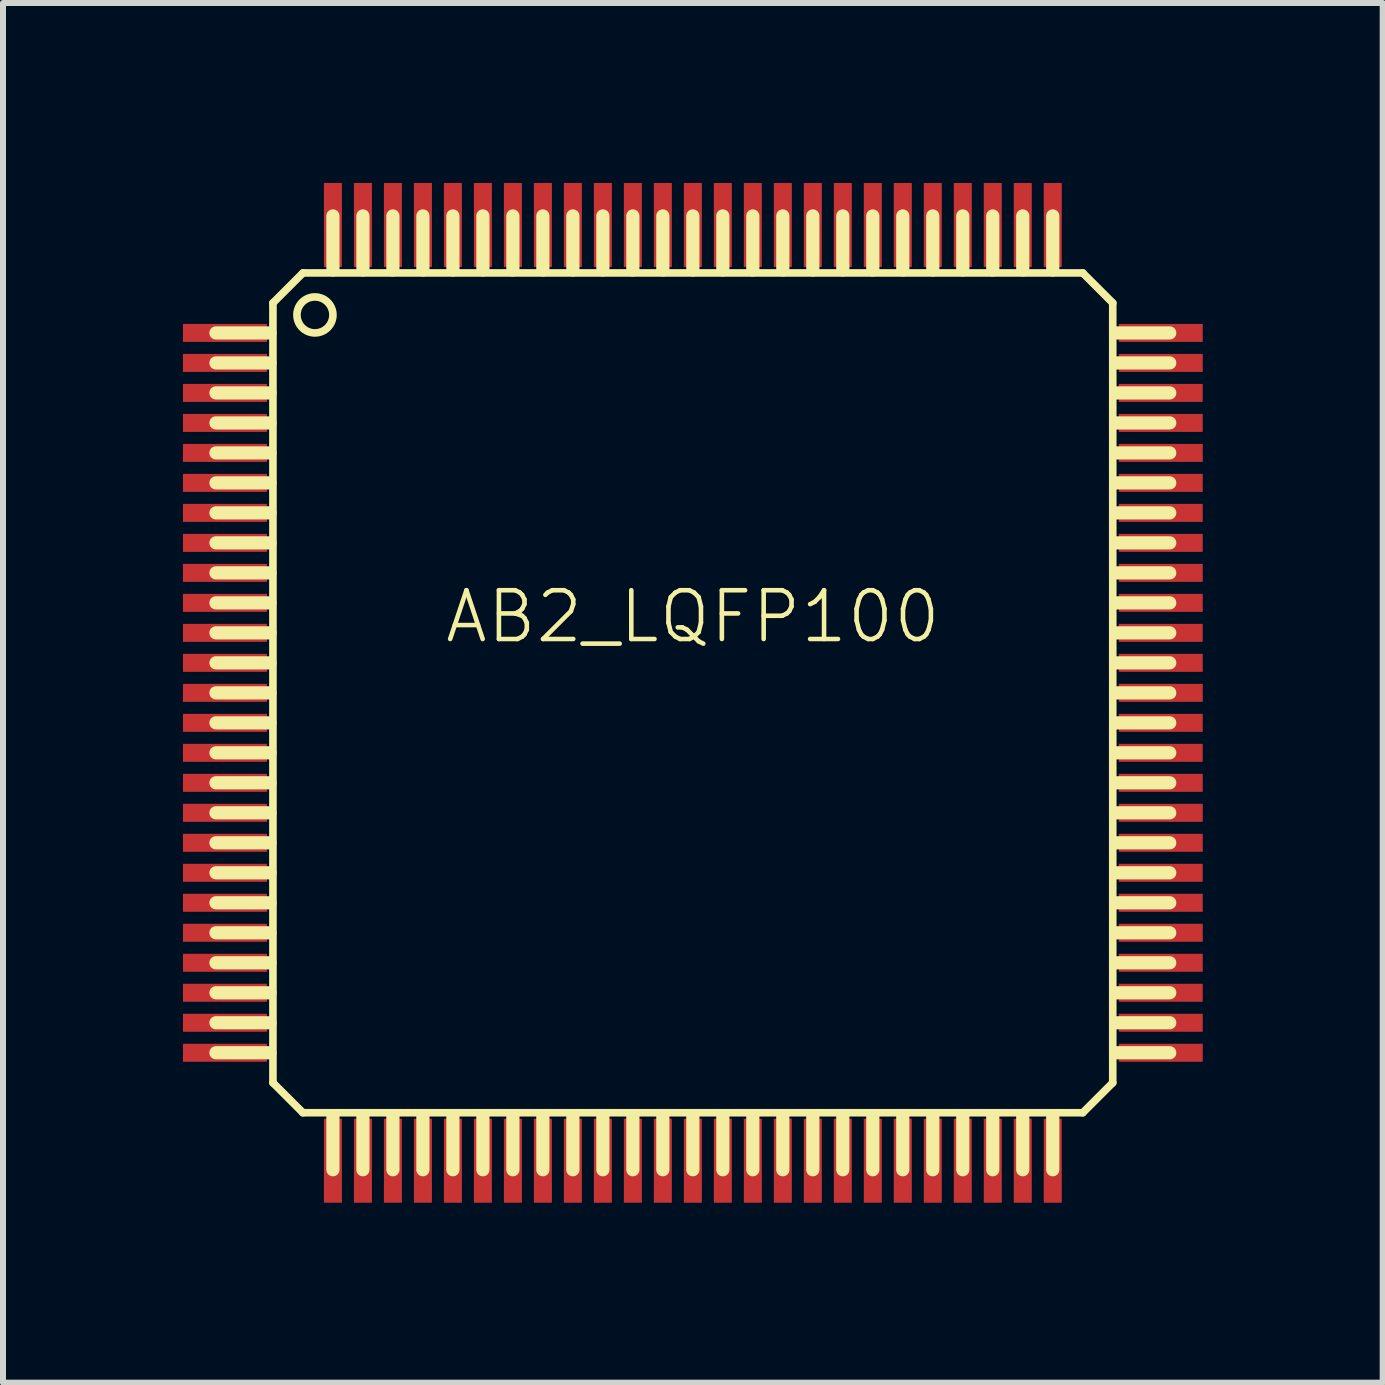
<source format=kicad_pcb>
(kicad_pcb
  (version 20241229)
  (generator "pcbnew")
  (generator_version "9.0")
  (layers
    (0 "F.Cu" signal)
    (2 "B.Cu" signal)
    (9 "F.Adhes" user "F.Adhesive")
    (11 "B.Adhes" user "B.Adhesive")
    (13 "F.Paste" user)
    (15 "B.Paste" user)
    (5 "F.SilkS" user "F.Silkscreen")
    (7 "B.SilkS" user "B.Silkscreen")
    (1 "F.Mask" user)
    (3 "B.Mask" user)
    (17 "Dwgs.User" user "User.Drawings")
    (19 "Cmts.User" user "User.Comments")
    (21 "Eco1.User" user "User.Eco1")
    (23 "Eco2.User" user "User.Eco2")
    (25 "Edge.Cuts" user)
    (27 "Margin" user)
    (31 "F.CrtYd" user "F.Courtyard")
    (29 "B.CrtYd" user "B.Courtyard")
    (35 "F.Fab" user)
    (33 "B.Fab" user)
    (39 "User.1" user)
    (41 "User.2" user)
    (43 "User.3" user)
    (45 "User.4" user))
  (footprint "AB2_LQFP100"
    (layer "F.Cu")
    (at 8.5 8.5)
    (property "Reference" "AB2_LQFP100" (at 0 -1.27 0) (layer "F.SilkS") (effects (font (size 0.813 0.813) (thickness 0.076))))
    (attr through_hole)
    (fp_line (start -7.05 -6) (end -7.95 -6) (stroke (width 0.22) (type solid)) (layer "F.SilkS"))
    (fp_line (start -7.05 -5.5) (end -7.95 -5.5) (stroke (width 0.22) (type solid)) (layer "F.SilkS"))
    (fp_line (start -7.05 -5) (end -7.95 -5) (stroke (width 0.22) (type solid)) (layer "F.SilkS"))
    (fp_line (start -7.05 -4.5) (end -7.95 -4.5) (stroke (width 0.22) (type solid)) (layer "F.SilkS"))
    (fp_line (start -7.05 -4) (end -7.95 -4) (stroke (width 0.22) (type solid)) (layer "F.SilkS"))
    (fp_line (start -7.05 -3.5) (end -7.95 -3.5) (stroke (width 0.22) (type solid)) (layer "F.SilkS"))
    (fp_line (start -7.05 -3) (end -7.95 -3) (stroke (width 0.22) (type solid)) (layer "F.SilkS"))
    (fp_line (start -7.05 -2.5) (end -7.95 -2.5) (stroke (width 0.22) (type solid)) (layer "F.SilkS"))
    (fp_line (start -7.05 -2) (end -7.95 -2) (stroke (width 0.22) (type solid)) (layer "F.SilkS"))
    (fp_line (start -7.05 -1.5) (end -7.95 -1.5) (stroke (width 0.22) (type solid)) (layer "F.SilkS"))
    (fp_line (start -7.05 -1) (end -7.95 -1) (stroke (width 0.22) (type solid)) (layer "F.SilkS"))
    (fp_line (start -7.05 -0.5) (end -7.95 -0.5) (stroke (width 0.22) (type solid)) (layer "F.SilkS"))
    (fp_line (start -7.05 0) (end -7.95 0) (stroke (width 0.22) (type solid)) (layer "F.SilkS"))
    (fp_line (start -7.05 0.5) (end -7.95 0.5) (stroke (width 0.22) (type solid)) (layer "F.SilkS"))
    (fp_line (start -7.05 1) (end -7.95 1) (stroke (width 0.22) (type solid)) (layer "F.SilkS"))
    (fp_line (start -7.05 1.5) (end -7.95 1.5) (stroke (width 0.22) (type solid)) (layer "F.SilkS"))
    (fp_line (start -7.05 2) (end -7.95 2) (stroke (width 0.22) (type solid)) (layer "F.SilkS"))
    (fp_line (start -7.05 2.5) (end -7.95 2.5) (stroke (width 0.22) (type solid)) (layer "F.SilkS"))
    (fp_line (start -7.05 3) (end -7.95 3) (stroke (width 0.22) (type solid)) (layer "F.SilkS"))
    (fp_line (start -7.05 3.5) (end -7.95 3.5) (stroke (width 0.22) (type solid)) (layer "F.SilkS"))
    (fp_line (start -7.05 4) (end -7.95 4) (stroke (width 0.22) (type solid)) (layer "F.SilkS"))
    (fp_line (start -7.05 4.5) (end -7.95 4.5) (stroke (width 0.22) (type solid)) (layer "F.SilkS"))
    (fp_line (start -7.05 5) (end -7.95 5) (stroke (width 0.22) (type solid)) (layer "F.SilkS"))
    (fp_line (start -7.05 5.5) (end -7.95 5.5) (stroke (width 0.22) (type solid)) (layer "F.SilkS"))
    (fp_line (start -7.05 6) (end -7.95 6) (stroke (width 0.22) (type solid)) (layer "F.SilkS"))
    (fp_line (start -7 -6.5) (end -6.5 -7) (stroke (width 0.127) (type solid)) (layer "F.SilkS"))
    (fp_line (start -7 6.5) (end -7 -6.5) (stroke (width 0.127) (type solid)) (layer "F.SilkS"))
    (fp_line (start -6.5 -7) (end 6.5 -7) (stroke (width 0.127) (type solid)) (layer "F.SilkS"))
    (fp_line (start -6.5 7) (end -7 6.5) (stroke (width 0.127) (type solid)) (layer "F.SilkS"))
    (fp_line (start -6 -7.95) (end -6 -7.05) (stroke (width 0.22) (type solid)) (layer "F.SilkS"))
    (fp_line (start -6 7.05) (end -6 7.95) (stroke (width 0.22) (type solid)) (layer "F.SilkS"))
    (fp_line (start -5.5 -7.95) (end -5.5 -7.05) (stroke (width 0.22) (type solid)) (layer "F.SilkS"))
    (fp_line (start -5.5 7.05) (end -5.5 7.95) (stroke (width 0.22) (type solid)) (layer "F.SilkS"))
    (fp_line (start -5 -7.95) (end -5 -7.05) (stroke (width 0.22) (type solid)) (layer "F.SilkS"))
    (fp_line (start -5 7.05) (end -5 7.95) (stroke (width 0.22) (type solid)) (layer "F.SilkS"))
    (fp_line (start -4.5 -7.95) (end -4.5 -7.05) (stroke (width 0.22) (type solid)) (layer "F.SilkS"))
    (fp_line (start -4.5 7.05) (end -4.5 7.95) (stroke (width 0.22) (type solid)) (layer "F.SilkS"))
    (fp_line (start -4 -7.95) (end -4 -7.05) (stroke (width 0.22) (type solid)) (layer "F.SilkS"))
    (fp_line (start -4 7.05) (end -4 7.95) (stroke (width 0.22) (type solid)) (layer "F.SilkS"))
    (fp_line (start -3.5 -7.95) (end -3.5 -7.05) (stroke (width 0.22) (type solid)) (layer "F.SilkS"))
    (fp_line (start -3.5 7.05) (end -3.5 7.95) (stroke (width 0.22) (type solid)) (layer "F.SilkS"))
    (fp_line (start -3 -7.95) (end -3 -7.05) (stroke (width 0.22) (type solid)) (layer "F.SilkS"))
    (fp_line (start -3 7.05) (end -3 7.95) (stroke (width 0.22) (type solid)) (layer "F.SilkS"))
    (fp_line (start -2.5 -7.95) (end -2.5 -7.05) (stroke (width 0.22) (type solid)) (layer "F.SilkS"))
    (fp_line (start -2.5 7.05) (end -2.5 7.95) (stroke (width 0.22) (type solid)) (layer "F.SilkS"))
    (fp_line (start -2 -7.95) (end -2 -7.05) (stroke (width 0.22) (type solid)) (layer "F.SilkS"))
    (fp_line (start -2 7.05) (end -2 7.95) (stroke (width 0.22) (type solid)) (layer "F.SilkS"))
    (fp_line (start -1.5 -7.95) (end -1.5 -7.05) (stroke (width 0.22) (type solid)) (layer "F.SilkS"))
    (fp_line (start -1.5 7.05) (end -1.5 7.95) (stroke (width 0.22) (type solid)) (layer "F.SilkS"))
    (fp_line (start -1 -7.95) (end -1 -7.05) (stroke (width 0.22) (type solid)) (layer "F.SilkS"))
    (fp_line (start -1 7.05) (end -1 7.95) (stroke (width 0.22) (type solid)) (layer "F.SilkS"))
    (fp_line (start -0.5 -7.95) (end -0.5 -7.05) (stroke (width 0.22) (type solid)) (layer "F.SilkS"))
    (fp_line (start -0.5 7.05) (end -0.5 7.95) (stroke (width 0.22) (type solid)) (layer "F.SilkS"))
    (fp_line (start 0 -7.95) (end 0 -7.05) (stroke (width 0.22) (type solid)) (layer "F.SilkS"))
    (fp_line (start 0 7.05) (end 0 7.95) (stroke (width 0.22) (type solid)) (layer "F.SilkS"))
    (fp_line (start 0.5 -7.95) (end 0.5 -7.05) (stroke (width 0.22) (type solid)) (layer "F.SilkS"))
    (fp_line (start 0.5 7.05) (end 0.5 7.95) (stroke (width 0.22) (type solid)) (layer "F.SilkS"))
    (fp_line (start 1 -7.95) (end 1 -7.05) (stroke (width 0.22) (type solid)) (layer "F.SilkS"))
    (fp_line (start 1 7.05) (end 1 7.95) (stroke (width 0.22) (type solid)) (layer "F.SilkS"))
    (fp_line (start 1.5 -7.95) (end 1.5 -7.05) (stroke (width 0.22) (type solid)) (layer "F.SilkS"))
    (fp_line (start 1.5 7.05) (end 1.5 7.95) (stroke (width 0.22) (type solid)) (layer "F.SilkS"))
    (fp_line (start 2 -7.95) (end 2 -7.05) (stroke (width 0.22) (type solid)) (layer "F.SilkS"))
    (fp_line (start 2 7.05) (end 2 7.95) (stroke (width 0.22) (type solid)) (layer "F.SilkS"))
    (fp_line (start 2.5 -7.95) (end 2.5 -7.05) (stroke (width 0.22) (type solid)) (layer "F.SilkS"))
    (fp_line (start 2.5 7.05) (end 2.5 7.95) (stroke (width 0.22) (type solid)) (layer "F.SilkS"))
    (fp_line (start 3 -7.95) (end 3 -7.05) (stroke (width 0.22) (type solid)) (layer "F.SilkS"))
    (fp_line (start 3 7.05) (end 3 7.95) (stroke (width 0.22) (type solid)) (layer "F.SilkS"))
    (fp_line (start 3.5 -7.95) (end 3.5 -7.05) (stroke (width 0.22) (type solid)) (layer "F.SilkS"))
    (fp_line (start 3.5 7.05) (end 3.5 7.95) (stroke (width 0.22) (type solid)) (layer "F.SilkS"))
    (fp_line (start 4 -7.95) (end 4 -7.05) (stroke (width 0.22) (type solid)) (layer "F.SilkS"))
    (fp_line (start 4 7.05) (end 4 7.95) (stroke (width 0.22) (type solid)) (layer "F.SilkS"))
    (fp_line (start 4.5 -7.95) (end 4.5 -7.05) (stroke (width 0.22) (type solid)) (layer "F.SilkS"))
    (fp_line (start 4.5 7.05) (end 4.5 7.95) (stroke (width 0.22) (type solid)) (layer "F.SilkS"))
    (fp_line (start 5 -7.95) (end 5 -7.05) (stroke (width 0.22) (type solid)) (layer "F.SilkS"))
    (fp_line (start 5 7.05) (end 5 7.95) (stroke (width 0.22) (type solid)) (layer "F.SilkS"))
    (fp_line (start 5.5 -7.95) (end 5.5 -7.05) (stroke (width 0.22) (type solid)) (layer "F.SilkS"))
    (fp_line (start 5.5 7.05) (end 5.5 7.95) (stroke (width 0.22) (type solid)) (layer "F.SilkS"))
    (fp_line (start 6 -7.95) (end 6 -7.05) (stroke (width 0.22) (type solid)) (layer "F.SilkS"))
    (fp_line (start 6 7.05) (end 6 7.95) (stroke (width 0.22) (type solid)) (layer "F.SilkS"))
    (fp_line (start 6.5 -7) (end 7 -6.5) (stroke (width 0.127) (type solid)) (layer "F.SilkS"))
    (fp_line (start 6.5 7) (end -6.5 7) (stroke (width 0.127) (type solid)) (layer "F.SilkS"))
    (fp_line (start 7 -6.5) (end 7 6.5) (stroke (width 0.127) (type solid)) (layer "F.SilkS"))
    (fp_line (start 7 6.5) (end 6.5 7) (stroke (width 0.127) (type solid)) (layer "F.SilkS"))
    (fp_line (start 7.95 -6) (end 7.05 -6) (stroke (width 0.22) (type solid)) (layer "F.SilkS"))
    (fp_line (start 7.95 -5.5) (end 7.05 -5.5) (stroke (width 0.22) (type solid)) (layer "F.SilkS"))
    (fp_line (start 7.95 -5) (end 7.05 -5) (stroke (width 0.22) (type solid)) (layer "F.SilkS"))
    (fp_line (start 7.95 -4.5) (end 7.05 -4.5) (stroke (width 0.22) (type solid)) (layer "F.SilkS"))
    (fp_line (start 7.95 -4) (end 7.05 -4) (stroke (width 0.22) (type solid)) (layer "F.SilkS"))
    (fp_line (start 7.95 -3.5) (end 7.05 -3.5) (stroke (width 0.22) (type solid)) (layer "F.SilkS"))
    (fp_line (start 7.95 -3) (end 7.05 -3) (stroke (width 0.22) (type solid)) (layer "F.SilkS"))
    (fp_line (start 7.95 -2.5) (end 7.05 -2.5) (stroke (width 0.22) (type solid)) (layer "F.SilkS"))
    (fp_line (start 7.95 -2) (end 7.05 -2) (stroke (width 0.22) (type solid)) (layer "F.SilkS"))
    (fp_line (start 7.95 -1.5) (end 7.05 -1.5) (stroke (width 0.22) (type solid)) (layer "F.SilkS"))
    (fp_line (start 7.95 -1) (end 7.05 -1) (stroke (width 0.22) (type solid)) (layer "F.SilkS"))
    (fp_line (start 7.95 -0.5) (end 7.05 -0.5) (stroke (width 0.22) (type solid)) (layer "F.SilkS"))
    (fp_line (start 7.95 0) (end 7.05 0) (stroke (width 0.22) (type solid)) (layer "F.SilkS"))
    (fp_line (start 7.95 0.5) (end 7.05 0.5) (stroke (width 0.22) (type solid)) (layer "F.SilkS"))
    (fp_line (start 7.95 1) (end 7.05 1) (stroke (width 0.22) (type solid)) (layer "F.SilkS"))
    (fp_line (start 7.95 1.5) (end 7.05 1.5) (stroke (width 0.22) (type solid)) (layer "F.SilkS"))
    (fp_line (start 7.95 2) (end 7.05 2) (stroke (width 0.22) (type solid)) (layer "F.SilkS"))
    (fp_line (start 7.95 2.5) (end 7.05 2.5) (stroke (width 0.22) (type solid)) (layer "F.SilkS"))
    (fp_line (start 7.95 3) (end 7.05 3) (stroke (width 0.22) (type solid)) (layer "F.SilkS"))
    (fp_line (start 7.95 3.5) (end 7.05 3.5) (stroke (width 0.22) (type solid)) (layer "F.SilkS"))
    (fp_line (start 7.95 4) (end 7.05 4) (stroke (width 0.22) (type solid)) (layer "F.SilkS"))
    (fp_line (start 7.95 4.5) (end 7.05 4.5) (stroke (width 0.22) (type solid)) (layer "F.SilkS"))
    (fp_line (start 7.95 5) (end 7.05 5) (stroke (width 0.22) (type solid)) (layer "F.SilkS"))
    (fp_line (start 7.95 5.5) (end 7.05 5.5) (stroke (width 0.22) (type solid)) (layer "F.SilkS"))
    (fp_line (start 7.95 6) (end 7.05 6) (stroke (width 0.22) (type solid)) (layer "F.SilkS"))
    (fp_circle (center -6.3 -6.3) (end -6.3 -6.6) (stroke (width 0.127) (type solid)) (fill no) (layer "F.SilkS"))
    (pad "1" smd rect (at -7.8 -6) (size 1.4 0.3) (layers "F.Cu" "F.Mask" "F.Paste"))
    (pad "2" smd rect (at -7.8 -5.5) (size 1.4 0.3) (layers "F.Cu" "F.Mask" "F.Paste"))
    (pad "3" smd rect (at -7.8 -5) (size 1.4 0.3) (layers "F.Cu" "F.Mask" "F.Paste"))
    (pad "4" smd rect (at -7.8 -4.5) (size 1.4 0.3) (layers "F.Cu" "F.Mask" "F.Paste"))
    (pad "5" smd rect (at -7.8 -4) (size 1.4 0.3) (layers "F.Cu" "F.Mask" "F.Paste"))
    (pad "6" smd rect (at -7.8 -3.5) (size 1.4 0.3) (layers "F.Cu" "F.Mask" "F.Paste"))
    (pad "7" smd rect (at -7.8 -3) (size 1.4 0.3) (layers "F.Cu" "F.Mask" "F.Paste"))
    (pad "8" smd rect (at -7.8 -2.5) (size 1.4 0.3) (layers "F.Cu" "F.Mask" "F.Paste"))
    (pad "9" smd rect (at -7.8 -2) (size 1.4 0.3) (layers "F.Cu" "F.Mask" "F.Paste"))
    (pad "10" smd rect (at -7.8 -1.5) (size 1.4 0.3) (layers "F.Cu" "F.Mask" "F.Paste"))
    (pad "11" smd rect (at -7.8 -1) (size 1.4 0.3) (layers "F.Cu" "F.Mask" "F.Paste"))
    (pad "12" smd rect (at -7.8 -0.5) (size 1.4 0.3) (layers "F.Cu" "F.Mask" "F.Paste"))
    (pad "13" smd rect (at -7.8 0) (size 1.4 0.3) (layers "F.Cu" "F.Mask" "F.Paste"))
    (pad "14" smd rect (at -7.8 0.5) (size 1.4 0.3) (layers "F.Cu" "F.Mask" "F.Paste"))
    (pad "15" smd rect (at -7.8 1) (size 1.4 0.3) (layers "F.Cu" "F.Mask" "F.Paste"))
    (pad "16" smd rect (at -7.8 1.5) (size 1.4 0.3) (layers "F.Cu" "F.Mask" "F.Paste"))
    (pad "17" smd rect (at -7.8 2) (size 1.4 0.3) (layers "F.Cu" "F.Mask" "F.Paste"))
    (pad "18" smd rect (at -7.8 2.5) (size 1.4 0.3) (layers "F.Cu" "F.Mask" "F.Paste"))
    (pad "19" smd rect (at -7.8 3) (size 1.4 0.3) (layers "F.Cu" "F.Mask" "F.Paste"))
    (pad "20" smd rect (at -7.8 3.5) (size 1.4 0.3) (layers "F.Cu" "F.Mask" "F.Paste"))
    (pad "21" smd rect (at -7.8 4) (size 1.4 0.3) (layers "F.Cu" "F.Mask" "F.Paste"))
    (pad "22" smd rect (at -7.8 4.5) (size 1.4 0.3) (layers "F.Cu" "F.Mask" "F.Paste"))
    (pad "23" smd rect (at -7.8 5) (size 1.4 0.3) (layers "F.Cu" "F.Mask" "F.Paste"))
    (pad "24" smd rect (at -7.8 5.5) (size 1.4 0.3) (layers "F.Cu" "F.Mask" "F.Paste"))
    (pad "25" smd rect (at -7.8 6) (size 1.4 0.3) (layers "F.Cu" "F.Mask" "F.Paste"))
    (pad "26" smd rect (at -6 7.8 90) (size 1.4 0.3) (layers "F.Cu" "F.Mask" "F.Paste"))
    (pad "27" smd rect (at -5.5 7.8 90) (size 1.4 0.3) (layers "F.Cu" "F.Mask" "F.Paste"))
    (pad "28" smd rect (at -5 7.8 90) (size 1.4 0.3) (layers "F.Cu" "F.Mask" "F.Paste"))
    (pad "29" smd rect (at -4.5 7.8 90) (size 1.4 0.3) (layers "F.Cu" "F.Mask" "F.Paste"))
    (pad "30" smd rect (at -4 7.8 90) (size 1.4 0.3) (layers "F.Cu" "F.Mask" "F.Paste"))
    (pad "31" smd rect (at -3.5 7.8 90) (size 1.4 0.3) (layers "F.Cu" "F.Mask" "F.Paste"))
    (pad "32" smd rect (at -3 7.8 90) (size 1.4 0.3) (layers "F.Cu" "F.Mask" "F.Paste"))
    (pad "33" smd rect (at -2.5 7.8 90) (size 1.4 0.3) (layers "F.Cu" "F.Mask" "F.Paste"))
    (pad "34" smd rect (at -2 7.8 90) (size 1.4 0.3) (layers "F.Cu" "F.Mask" "F.Paste"))
    (pad "35" smd rect (at -1.5 7.8 90) (size 1.4 0.3) (layers "F.Cu" "F.Mask" "F.Paste"))
    (pad "36" smd rect (at -1 7.8 90) (size 1.4 0.3) (layers "F.Cu" "F.Mask" "F.Paste"))
    (pad "37" smd rect (at -0.5 7.8 90) (size 1.4 0.3) (layers "F.Cu" "F.Mask" "F.Paste"))
    (pad "38" smd rect (at 0 7.8 90) (size 1.4 0.3) (layers "F.Cu" "F.Mask" "F.Paste"))
    (pad "39" smd rect (at 0.5 7.8 90) (size 1.4 0.3) (layers "F.Cu" "F.Mask" "F.Paste"))
    (pad "40" smd rect (at 1 7.8 90) (size 1.4 0.3) (layers "F.Cu" "F.Mask" "F.Paste"))
    (pad "41" smd rect (at 1.5 7.8 90) (size 1.4 0.3) (layers "F.Cu" "F.Mask" "F.Paste"))
    (pad "42" smd rect (at 2 7.8 90) (size 1.4 0.3) (layers "F.Cu" "F.Mask" "F.Paste"))
    (pad "43" smd rect (at 2.5 7.8 90) (size 1.4 0.3) (layers "F.Cu" "F.Mask" "F.Paste"))
    (pad "44" smd rect (at 3 7.8 90) (size 1.4 0.3) (layers "F.Cu" "F.Mask" "F.Paste"))
    (pad "45" smd rect (at 3.5 7.8 90) (size 1.4 0.3) (layers "F.Cu" "F.Mask" "F.Paste"))
    (pad "46" smd rect (at 4 7.8 90) (size 1.4 0.3) (layers "F.Cu" "F.Mask" "F.Paste"))
    (pad "47" smd rect (at 4.5 7.8 90) (size 1.4 0.3) (layers "F.Cu" "F.Mask" "F.Paste"))
    (pad "48" smd rect (at 5 7.8 90) (size 1.4 0.3) (layers "F.Cu" "F.Mask" "F.Paste"))
    (pad "49" smd rect (at 5.5 7.8 90) (size 1.4 0.3) (layers "F.Cu" "F.Mask" "F.Paste"))
    (pad "50" smd rect (at 6 7.8 90) (size 1.4 0.3) (layers "F.Cu" "F.Mask" "F.Paste"))
    (pad "51" smd rect (at 7.8 6 180) (size 1.4 0.3) (layers "F.Cu" "F.Mask" "F.Paste"))
    (pad "52" smd rect (at 7.8 5.5 180) (size 1.4 0.3) (layers "F.Cu" "F.Mask" "F.Paste"))
    (pad "53" smd rect (at 7.8 5 180) (size 1.4 0.3) (layers "F.Cu" "F.Mask" "F.Paste"))
    (pad "54" smd rect (at 7.8 4.5 180) (size 1.4 0.3) (layers "F.Cu" "F.Mask" "F.Paste"))
    (pad "55" smd rect (at 7.8 4 180) (size 1.4 0.3) (layers "F.Cu" "F.Mask" "F.Paste"))
    (pad "56" smd rect (at 7.8 3.5 180) (size 1.4 0.3) (layers "F.Cu" "F.Mask" "F.Paste"))
    (pad "57" smd rect (at 7.8 3 180) (size 1.4 0.3) (layers "F.Cu" "F.Mask" "F.Paste"))
    (pad "58" smd rect (at 7.8 2.5 180) (size 1.4 0.3) (layers "F.Cu" "F.Mask" "F.Paste"))
    (pad "59" smd rect (at 7.8 2 180) (size 1.4 0.3) (layers "F.Cu" "F.Mask" "F.Paste"))
    (pad "60" smd rect (at 7.8 1.5 180) (size 1.4 0.3) (layers "F.Cu" "F.Mask" "F.Paste"))
    (pad "61" smd rect (at 7.8 1 180) (size 1.4 0.3) (layers "F.Cu" "F.Mask" "F.Paste"))
    (pad "62" smd rect (at 7.8 0.5 180) (size 1.4 0.3) (layers "F.Cu" "F.Mask" "F.Paste"))
    (pad "63" smd rect (at 7.8 0 180) (size 1.4 0.3) (layers "F.Cu" "F.Mask" "F.Paste"))
    (pad "64" smd rect (at 7.8 -0.5 180) (size 1.4 0.3) (layers "F.Cu" "F.Mask" "F.Paste"))
    (pad "65" smd rect (at 7.8 -1 180) (size 1.4 0.3) (layers "F.Cu" "F.Mask" "F.Paste"))
    (pad "66" smd rect (at 7.8 -1.5 180) (size 1.4 0.3) (layers "F.Cu" "F.Mask" "F.Paste"))
    (pad "67" smd rect (at 7.8 -2 180) (size 1.4 0.3) (layers "F.Cu" "F.Mask" "F.Paste"))
    (pad "68" smd rect (at 7.8 -2.5 180) (size 1.4 0.3) (layers "F.Cu" "F.Mask" "F.Paste"))
    (pad "69" smd rect (at 7.8 -3 180) (size 1.4 0.3) (layers "F.Cu" "F.Mask" "F.Paste"))
    (pad "70" smd rect (at 7.8 -3.5 180) (size 1.4 0.3) (layers "F.Cu" "F.Mask" "F.Paste"))
    (pad "71" smd rect (at 7.8 -4 180) (size 1.4 0.3) (layers "F.Cu" "F.Mask" "F.Paste"))
    (pad "72" smd rect (at 7.8 -4.5 180) (size 1.4 0.3) (layers "F.Cu" "F.Mask" "F.Paste"))
    (pad "73" smd rect (at 7.8 -5 180) (size 1.4 0.3) (layers "F.Cu" "F.Mask" "F.Paste"))
    (pad "74" smd rect (at 7.8 -5.5 180) (size 1.4 0.3) (layers "F.Cu" "F.Mask" "F.Paste"))
    (pad "75" smd rect (at 7.8 -6 180) (size 1.4 0.3) (layers "F.Cu" "F.Mask" "F.Paste"))
    (pad "76" smd rect (at 6 -7.8 90) (size 1.4 0.3) (layers "F.Cu" "F.Mask" "F.Paste"))
    (pad "77" smd rect (at 5.5 -7.8 90) (size 1.4 0.3) (layers "F.Cu" "F.Mask" "F.Paste"))
    (pad "78" smd rect (at 5 -7.8 90) (size 1.4 0.3) (layers "F.Cu" "F.Mask" "F.Paste"))
    (pad "79" smd rect (at 4.5 -7.8 90) (size 1.4 0.3) (layers "F.Cu" "F.Mask" "F.Paste"))
    (pad "80" smd rect (at 4 -7.8 90) (size 1.4 0.3) (layers "F.Cu" "F.Mask" "F.Paste"))
    (pad "81" smd rect (at 3.5 -7.8 90) (size 1.4 0.3) (layers "F.Cu" "F.Mask" "F.Paste"))
    (pad "82" smd rect (at 3 -7.8 90) (size 1.4 0.3) (layers "F.Cu" "F.Mask" "F.Paste"))
    (pad "83" smd rect (at 2.5 -7.8 90) (size 1.4 0.3) (layers "F.Cu" "F.Mask" "F.Paste"))
    (pad "84" smd rect (at 2 -7.8 90) (size 1.4 0.3) (layers "F.Cu" "F.Mask" "F.Paste"))
    (pad "85" smd rect (at 1.5 -7.8 90) (size 1.4 0.3) (layers "F.Cu" "F.Mask" "F.Paste"))
    (pad "86" smd rect (at 1 -7.8 90) (size 1.4 0.3) (layers "F.Cu" "F.Mask" "F.Paste"))
    (pad "87" smd rect (at 0.5 -7.8 90) (size 1.4 0.3) (layers "F.Cu" "F.Mask" "F.Paste"))
    (pad "88" smd rect (at 0 -7.8 90) (size 1.4 0.3) (layers "F.Cu" "F.Mask" "F.Paste"))
    (pad "89" smd rect (at -0.5 -7.8 90) (size 1.4 0.3) (layers "F.Cu" "F.Mask" "F.Paste"))
    (pad "90" smd rect (at -1 -7.8 90) (size 1.4 0.3) (layers "F.Cu" "F.Mask" "F.Paste"))
    (pad "91" smd rect (at -1.5 -7.8 90) (size 1.4 0.3) (layers "F.Cu" "F.Mask" "F.Paste"))
    (pad "92" smd rect (at -2 -7.8 90) (size 1.4 0.3) (layers "F.Cu" "F.Mask" "F.Paste"))
    (pad "93" smd rect (at -2.5 -7.8 90) (size 1.4 0.3) (layers "F.Cu" "F.Mask" "F.Paste"))
    (pad "94" smd rect (at -3 -7.8 90) (size 1.4 0.3) (layers "F.Cu" "F.Mask" "F.Paste"))
    (pad "95" smd rect (at -3.5 -7.8 90) (size 1.4 0.3) (layers "F.Cu" "F.Mask" "F.Paste"))
    (pad "96" smd rect (at -4 -7.8 90) (size 1.4 0.3) (layers "F.Cu" "F.Mask" "F.Paste"))
    (pad "97" smd rect (at -4.5 -7.8 90) (size 1.4 0.3) (layers "F.Cu" "F.Mask" "F.Paste"))
    (pad "98" smd rect (at -5 -7.8 90) (size 1.4 0.3) (layers "F.Cu" "F.Mask" "F.Paste"))
    (pad "99" smd rect (at -5.5 -7.8 90) (size 1.4 0.3) (layers "F.Cu" "F.Mask" "F.Paste"))
    (pad "100" smd rect (at -6 -7.8 90) (size 1.4 0.3) (layers "F.Cu" "F.Mask" "F.Paste")))
  (gr_rect
    (start -3 -3)
    (end 20 20)
    (stroke (width 0.1) (type default))
    (fill no)
    (layer "Edge.Cuts")))
</source>
